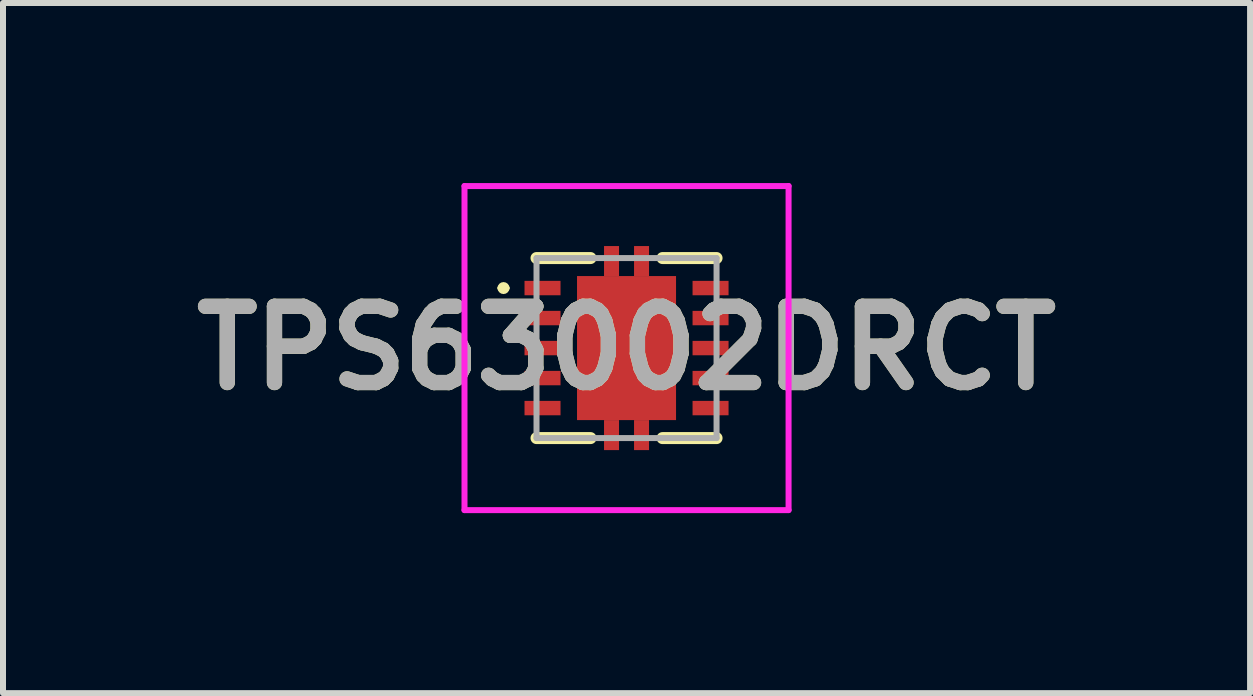
<source format=kicad_pcb>
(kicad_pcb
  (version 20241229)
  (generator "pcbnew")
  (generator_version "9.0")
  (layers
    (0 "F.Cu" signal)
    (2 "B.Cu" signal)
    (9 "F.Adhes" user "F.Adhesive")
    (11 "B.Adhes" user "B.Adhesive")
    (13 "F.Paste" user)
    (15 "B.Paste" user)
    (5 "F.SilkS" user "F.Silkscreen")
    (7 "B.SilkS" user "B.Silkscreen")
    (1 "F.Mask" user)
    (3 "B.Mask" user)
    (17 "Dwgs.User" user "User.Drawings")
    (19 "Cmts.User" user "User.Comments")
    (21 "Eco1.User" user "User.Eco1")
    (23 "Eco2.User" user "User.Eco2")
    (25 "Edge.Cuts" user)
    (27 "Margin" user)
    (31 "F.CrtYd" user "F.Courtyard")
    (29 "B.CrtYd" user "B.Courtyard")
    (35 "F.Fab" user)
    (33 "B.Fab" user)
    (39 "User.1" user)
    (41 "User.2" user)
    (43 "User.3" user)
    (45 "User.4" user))
  (footprint "TPS63002DRCT"
    (layer "F.Cu")
    (at 7.39 2.75)
    (property "Reference" "TPS63002DRCT" (at 0 0 0) (layer "F.SilkS") (effects (font (size 1.27 1.27) (thickness 0.254))))
    (attr smd)
    (fp_line (start -2.1 -1) (end -2.1 -1) (stroke (width 0.1) (type solid)) (layer "F.SilkS"))
    (fp_line (start -2 -1) (end -2 -1) (stroke (width 0.1) (type solid)) (layer "F.SilkS"))
    (fp_line (start -0.6 -1.5) (end -1.5 -1.5) (stroke (width 0.2) (type solid)) (layer "F.SilkS"))
    (fp_line (start -0.6 1.5) (end -1.5 1.5) (stroke (width 0.2) (type solid)) (layer "F.SilkS"))
    (fp_line (start 0.6 -1.5) (end 1.5 -1.5) (stroke (width 0.2) (type solid)) (layer "F.SilkS"))
    (fp_line (start 0.6 1.5) (end 1.5 1.5) (stroke (width 0.2) (type solid)) (layer "F.SilkS"))
    (fp_arc (start -2.1 -1) (mid -2.05 -1.05) (end -2 -1) (stroke (width 0.1) (type solid)) (layer "F.SilkS"))
    (fp_arc (start -2 -1) (mid -2.05 -0.95) (end -2.1 -1) (stroke (width 0.1) (type solid)) (layer "F.SilkS"))
    (fp_line (start -2.7 -2.7) (end 2.7 -2.7) (stroke (width 0.1) (type solid)) (layer "F.CrtYd"))
    (fp_line (start -2.7 2.7) (end -2.7 -2.7) (stroke (width 0.1) (type solid)) (layer "F.CrtYd"))
    (fp_line (start 2.7 -2.7) (end 2.7 2.7) (stroke (width 0.1) (type solid)) (layer "F.CrtYd"))
    (fp_line (start 2.7 2.7) (end -2.7 2.7) (stroke (width 0.1) (type solid)) (layer "F.CrtYd"))
    (fp_line (start -1.5 -1.5) (end 1.5 -1.5) (stroke (width 0.1) (type solid)) (layer "F.Fab"))
    (fp_line (start -1.5 1.5) (end -1.5 -1.5) (stroke (width 0.1) (type solid)) (layer "F.Fab"))
    (fp_line (start 1.5 -1.5) (end 1.5 1.5) (stroke (width 0.1) (type solid)) (layer "F.Fab"))
    (fp_line (start 1.5 1.5) (end -1.5 1.5) (stroke (width 0.1) (type solid)) (layer "F.Fab"))
    (fp_text user "${REFERENCE}" (at 0 0 0) (layer "F.Fab") (effects (font (size 1.27 1.27) (thickness 0.254))))
    (pad "1" smd rect (at -1.4 -1 90) (size 0.24 0.6) (layers "F.Cu" "F.Mask" "F.Paste"))
    (pad "2" smd rect (at -1.4 -0.5 90) (size 0.24 0.6) (layers "F.Cu" "F.Mask" "F.Paste"))
    (pad "3" smd rect (at -1.4 0 90) (size 0.24 0.6) (layers "F.Cu" "F.Mask" "F.Paste"))
    (pad "4" smd rect (at -1.4 0.5 90) (size 0.24 0.6) (layers "F.Cu" "F.Mask" "F.Paste"))
    (pad "5" smd rect (at -1.4 1 90) (size 0.24 0.6) (layers "F.Cu" "F.Mask" "F.Paste"))
    (pad "6" smd rect (at 1.4 1 90) (size 0.24 0.6) (layers "F.Cu" "F.Mask" "F.Paste"))
    (pad "7" smd rect (at 1.4 0.5 90) (size 0.24 0.6) (layers "F.Cu" "F.Mask" "F.Paste"))
    (pad "8" smd rect (at 1.4 0 90) (size 0.24 0.6) (layers "F.Cu" "F.Mask" "F.Paste"))
    (pad "9" smd rect (at 1.4 -0.5 90) (size 0.24 0.6) (layers "F.Cu" "F.Mask" "F.Paste"))
    (pad "10" smd rect (at 1.4 -1 90) (size 0.24 0.6) (layers "F.Cu" "F.Mask" "F.Paste"))
    (pad "11" smd rect (at 0 0) (size 1.65 2.4) (layers "F.Cu" "F.Mask" "F.Paste"))
    (pad "12" smd rect (at -0.25 1.45) (size 0.25 0.5) (layers "F.Cu" "F.Mask" "F.Paste"))
    (pad "13" smd rect (at 0.25 1.45) (size 0.25 0.5) (layers "F.Cu" "F.Mask" "F.Paste"))
    (pad "14" smd rect (at 0.25 -1.45) (size 0.25 0.5) (layers "F.Cu" "F.Mask" "F.Paste"))
    (pad "15" smd rect (at -0.25 -1.45) (size 0.25 0.5) (layers "F.Cu" "F.Mask" "F.Paste")))
  (gr_rect
    (start -3 -3)
    (end 17.78 8.5)
    (stroke (width 0.1) (type default))
    (fill no)
    (layer "Edge.Cuts")))
</source>
